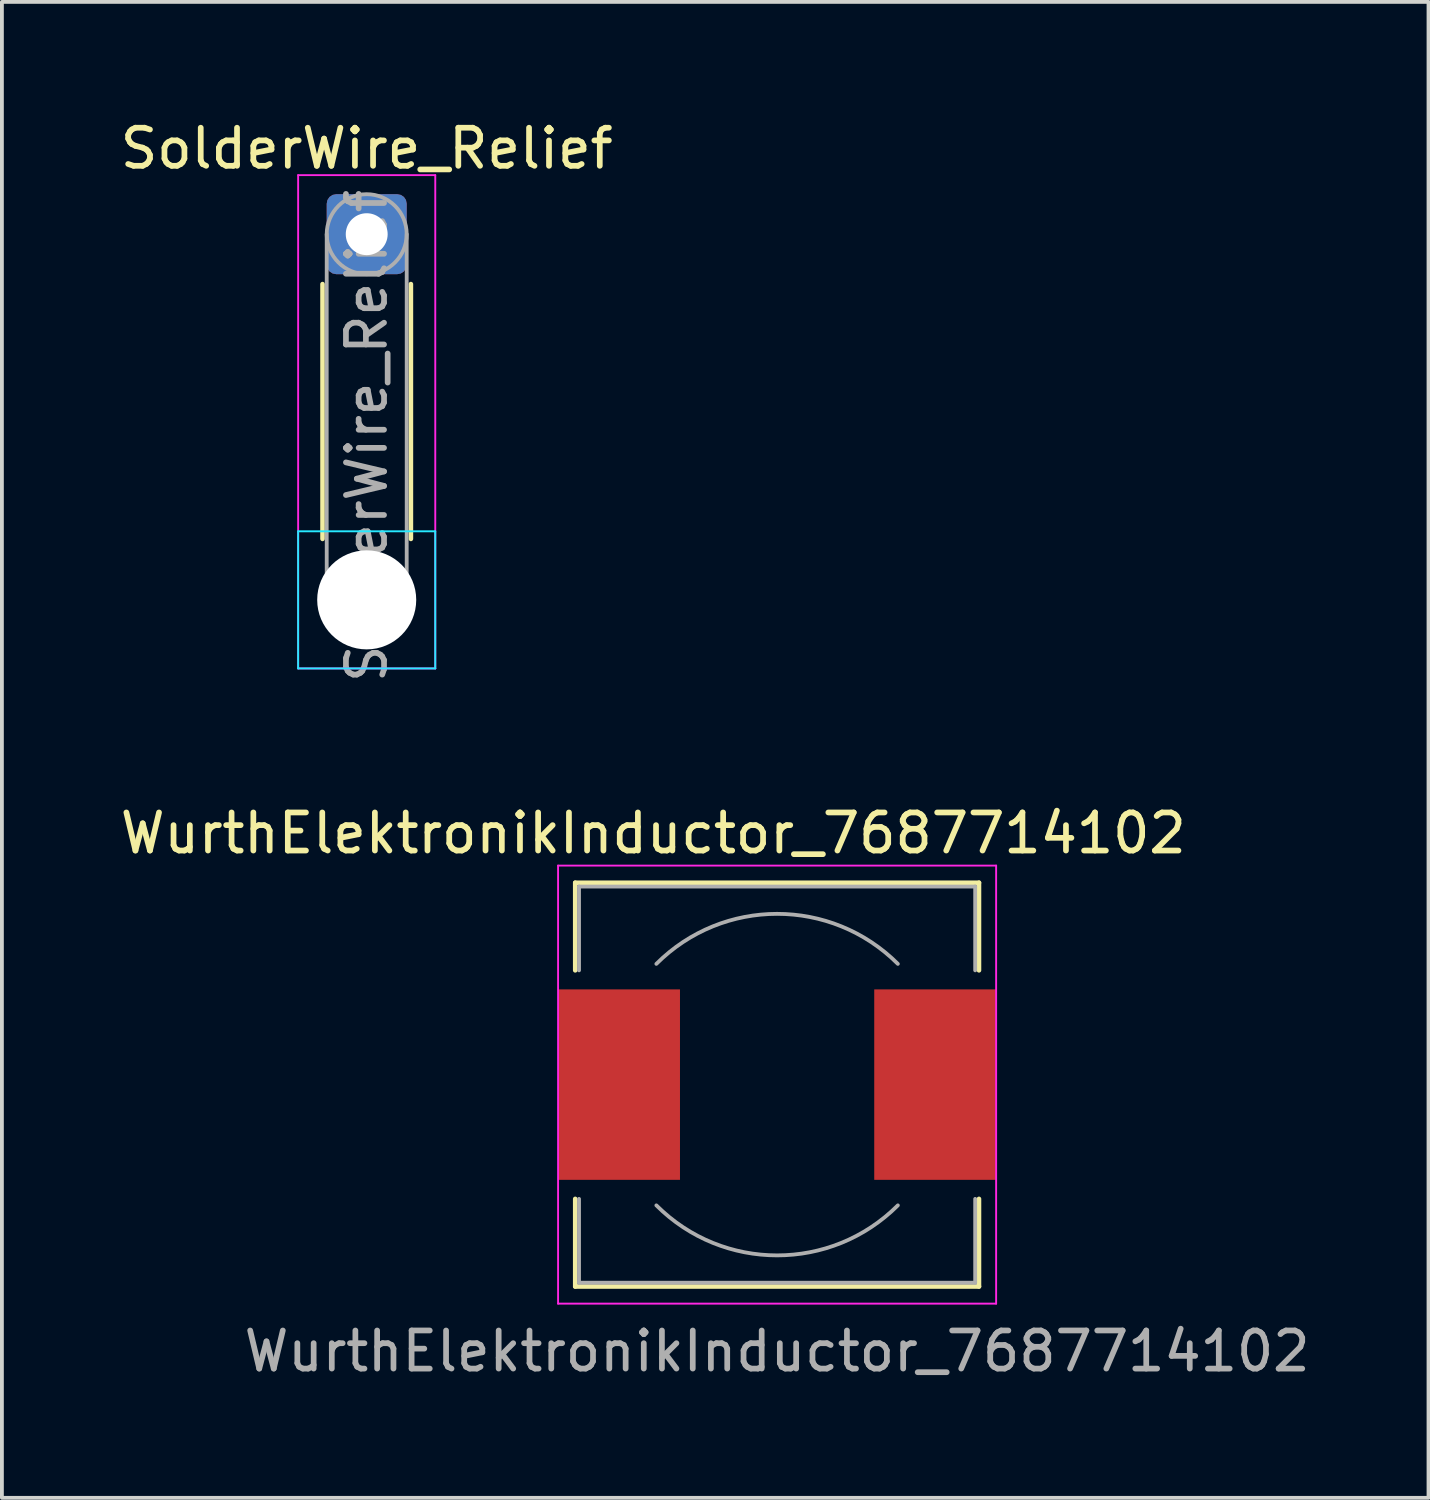
<source format=kicad_pcb>
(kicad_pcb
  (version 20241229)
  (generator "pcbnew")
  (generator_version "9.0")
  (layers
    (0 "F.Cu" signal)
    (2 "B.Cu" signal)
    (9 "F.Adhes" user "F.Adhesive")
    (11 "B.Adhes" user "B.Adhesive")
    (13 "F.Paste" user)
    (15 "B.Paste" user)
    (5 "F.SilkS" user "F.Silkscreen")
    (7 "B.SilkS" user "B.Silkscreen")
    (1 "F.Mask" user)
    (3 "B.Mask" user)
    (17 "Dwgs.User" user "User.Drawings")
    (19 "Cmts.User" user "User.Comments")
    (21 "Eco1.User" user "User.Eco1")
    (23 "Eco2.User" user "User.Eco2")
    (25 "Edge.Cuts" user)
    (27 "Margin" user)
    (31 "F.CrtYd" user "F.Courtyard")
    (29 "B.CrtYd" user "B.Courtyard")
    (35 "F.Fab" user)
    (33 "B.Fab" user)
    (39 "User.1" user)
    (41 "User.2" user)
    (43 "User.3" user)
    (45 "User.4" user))
  (footprint "SolderWire_Relief"
    (layer "F.Cu")
    (at 6.577 3.098)
    (property "Reference" "SolderWire_Relief" (at 0 -2.25 0) (layer "F.SilkS") (effects (font (size 1 1) (thickness 0.15))))
    (attr exclude_from_pos_files exclude_from_bom)
    (fp_line (start -1.16 1.31) (end -1.16 8) (stroke (width 0.12) (type solid)) (layer "F.SilkS"))
    (fp_line (start 1.16 1.31) (end 1.16 8) (stroke (width 0.12) (type solid)) (layer "F.SilkS"))
    (fp_line (start -1.8 7.8) (end -1.8 11.4) (stroke (width 0.05) (type solid)) (layer "B.CrtYd"))
    (fp_line (start -1.8 11.4) (end 1.8 11.4) (stroke (width 0.05) (type solid)) (layer "B.CrtYd"))
    (fp_line (start 1.8 7.8) (end -1.8 7.8) (stroke (width 0.05) (type solid)) (layer "B.CrtYd"))
    (fp_line (start 1.8 11.4) (end 1.8 7.8) (stroke (width 0.05) (type solid)) (layer "B.CrtYd"))
    (fp_line (start -1.8 -1.55) (end -1.8 11.4) (stroke (width 0.05) (type solid)) (layer "F.CrtYd"))
    (fp_line (start -1.8 11.4) (end 1.8 11.4) (stroke (width 0.05) (type solid)) (layer "F.CrtYd"))
    (fp_line (start 1.8 -1.55) (end -1.8 -1.55) (stroke (width 0.05) (type solid)) (layer "F.CrtYd"))
    (fp_line (start 1.8 11.4) (end 1.8 -1.55) (stroke (width 0.05) (type solid)) (layer "F.CrtYd"))
    (fp_line (start -1.05 0) (end -1.05 9.6) (stroke (width 0.1) (type solid)) (layer "F.Fab"))
    (fp_line (start 1.05 0) (end 1.05 9.6) (stroke (width 0.1) (type solid)) (layer "F.Fab"))
    (fp_circle (center 0 0) (end 1.05 0) (stroke (width 0.1) (type solid)) (fill no) (layer "F.Fab"))
    (fp_circle (center 0 9.6) (end 1.05 9.6) (stroke (width 0.1) (type solid)) (fill no) (layer "F.Fab"))
    (fp_text user "${REFERENCE}" (at 0 5.3 90) (layer "F.Fab") (effects (font (size 1 1) (thickness 0.15))))
    (pad "" np_thru_hole circle (at 0 9.6) (size 2.6 2.6) (drill 2.6) (layers "*.Cu" "*.Mask"))
    (pad "1" thru_hole roundrect (at 0 0) (size 2.1 2.1) (drill 1.1) (layers "*.Cu" "*.Mask") (roundrect_rratio 0.119)))
  (footprint "WurthElektronikInductor_7687714102"
    (layer "F.Cu")
    (at 17.351 25.424)
    (property "Reference" "WurthElektronikInductor_7687714102" (at -3.25 -6.6 180) (layer "F.SilkS") (effects (font (size 1 1) (thickness 0.15))))
    (attr smd)
    (fp_line (start -5.3 -5.3) (end 5.3 -5.3) (stroke (width 0.12) (type solid)) (layer "F.SilkS"))
    (fp_line (start -5.3 -3) (end -5.3 -5.3) (stroke (width 0.12) (type solid)) (layer "F.SilkS"))
    (fp_line (start -5.3 5.3) (end -5.3 3) (stroke (width 0.12) (type solid)) (layer "F.SilkS"))
    (fp_line (start 5.3 -5.3) (end 5.3 -3) (stroke (width 0.12) (type solid)) (layer "F.SilkS"))
    (fp_line (start 5.3 3) (end 5.3 5.3) (stroke (width 0.12) (type solid)) (layer "F.SilkS"))
    (fp_line (start 5.3 5.3) (end -5.3 5.3) (stroke (width 0.12) (type solid)) (layer "F.SilkS"))
    (fp_line (start -5.75 -5.75) (end -5.75 5.75) (stroke (width 0.05) (type solid)) (layer "F.CrtYd"))
    (fp_line (start -5.75 5.75) (end 5.75 5.75) (stroke (width 0.05) (type solid)) (layer "F.CrtYd"))
    (fp_line (start 5.75 -5.75) (end -5.75 -5.75) (stroke (width 0.05) (type solid)) (layer "F.CrtYd"))
    (fp_line (start 5.75 5.75) (end 5.75 -5.75) (stroke (width 0.05) (type solid)) (layer "F.CrtYd"))
    (fp_line (start -5.2 -5.2) (end -5.2 -3) (stroke (width 0.1) (type solid)) (layer "F.Fab"))
    (fp_line (start -5.2 -5.2) (end 5.2 -5.2) (stroke (width 0.1) (type solid)) (layer "F.Fab"))
    (fp_line (start -5.2 5.2) (end -5.2 3) (stroke (width 0.1) (type solid)) (layer "F.Fab"))
    (fp_line (start -5.2 5.2) (end 5.2 5.2) (stroke (width 0.1) (type solid)) (layer "F.Fab"))
    (fp_line (start 5.2 -5.2) (end 5.2 -3) (stroke (width 0.1) (type solid)) (layer "F.Fab"))
    (fp_line (start 5.2 5.2) (end 5.2 3) (stroke (width 0.1) (type solid)) (layer "F.Fab"))
    (fp_arc (start -3.17 -3.17) (mid 0 -4.483057) (end 3.17 -3.17) (stroke (width 0.1) (type solid)) (layer "F.Fab"))
    (fp_arc (start 3.17 3.17) (mid 0 4.483057) (end -3.17 3.17) (stroke (width 0.1) (type solid)) (layer "F.Fab"))
    (fp_text user "${REFERENCE}" (at 0 7 180) (layer "F.Fab") (effects (font (size 1 1) (thickness 0.15))))
    (pad "1" smd rect (at -4.15 0) (size 3.2 5) (layers "F.Cu" "F.Mask" "F.Paste"))
    (pad "2" smd rect (at 4.15 0) (size 3.2 5) (layers "F.Cu" "F.Mask" "F.Paste")))
  (gr_rect
    (start -3 -3)
    (end 34.452 36.272)
    (stroke (width 0.1) (type default))
    (fill no)
    (layer "Edge.Cuts")))
</source>
